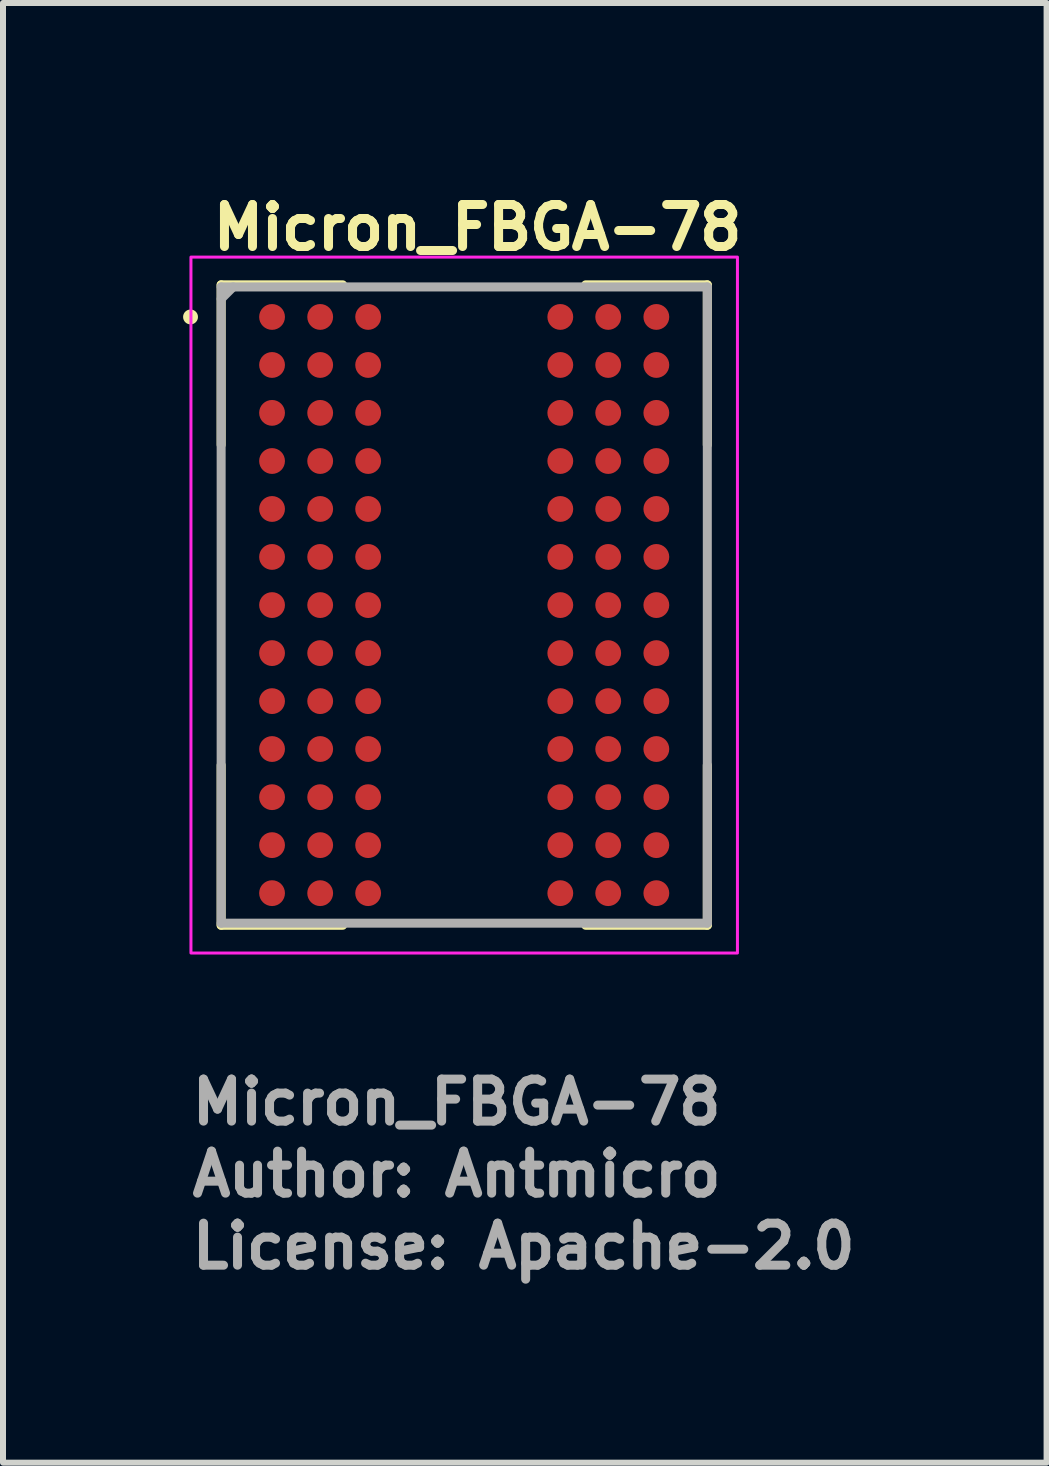
<source format=kicad_pcb>
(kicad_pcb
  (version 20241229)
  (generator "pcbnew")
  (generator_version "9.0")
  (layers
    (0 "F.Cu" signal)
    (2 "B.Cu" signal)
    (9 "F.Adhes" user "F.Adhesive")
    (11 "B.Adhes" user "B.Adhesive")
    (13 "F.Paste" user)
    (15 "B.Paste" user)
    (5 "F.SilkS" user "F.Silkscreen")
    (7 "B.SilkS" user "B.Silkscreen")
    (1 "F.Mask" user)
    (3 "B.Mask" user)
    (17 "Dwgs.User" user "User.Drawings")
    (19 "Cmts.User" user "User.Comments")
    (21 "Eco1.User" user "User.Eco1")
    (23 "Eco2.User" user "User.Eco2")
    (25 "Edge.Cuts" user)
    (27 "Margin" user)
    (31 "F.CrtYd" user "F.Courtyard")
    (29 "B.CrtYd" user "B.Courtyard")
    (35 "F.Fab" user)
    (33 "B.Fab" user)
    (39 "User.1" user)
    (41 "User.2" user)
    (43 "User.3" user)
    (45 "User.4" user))
  (footprint "Micron_FBGA-78"
    (layer "F.Cu")
    (at 4.684 7.03)
    (property "Reference" "Micron_FBGA-78" (at -4.26 -5.88 0) (layer "F.SilkS") (effects (font (size 0.7 0.7) (thickness 0.15)) (justify left bottom)))
    (attr smd)
    (fp_line (start -4.05 -5.335) (end -4.05 -2.669) (stroke (width 0.15) (type solid)) (layer "F.SilkS"))
    (fp_line (start -4.05 -5.335) (end -2.025 -5.335) (stroke (width 0.15) (type solid)) (layer "F.SilkS"))
    (fp_line (start -4.05 5.334) (end -4.05 2.667) (stroke (width 0.15) (type solid)) (layer "F.SilkS"))
    (fp_line (start -4.05 5.334) (end -2.025 5.334) (stroke (width 0.15) (type solid)) (layer "F.SilkS"))
    (fp_line (start 4.049 -5.335) (end 2.023 -5.335) (stroke (width 0.15) (type solid)) (layer "F.SilkS"))
    (fp_line (start 4.049 -5.335) (end 4.049 -2.669) (stroke (width 0.15) (type solid)) (layer "F.SilkS"))
    (fp_line (start 4.049 5.334) (end 2.023 5.334) (stroke (width 0.15) (type solid)) (layer "F.SilkS"))
    (fp_line (start 4.049 5.334) (end 4.049 2.667) (stroke (width 0.15) (type solid)) (layer "F.SilkS"))
    (fp_circle (center -4.56 -4.8) (end -4.511 -4.8) (stroke (width 0.15) (type solid)) (fill yes) (layer "F.SilkS"))
    (fp_rect (start -4.553 -5.797) (end 4.551 5.796) (stroke (width 0.05) (type solid)) (fill no) (layer "F.CrtYd"))
    (fp_line (start -4.05 -5.1) (end -3.85 -5.3) (stroke (width 0.15) (type solid)) (layer "F.Fab"))
    (fp_line (start -4.05 5.299) (end -4.05 -5.3) (stroke (width 0.15) (type solid)) (layer "F.Fab"))
    (fp_line (start 4.049 -5.3) (end -4.05 -5.3) (stroke (width 0.15) (type solid)) (layer "F.Fab"))
    (fp_line (start 4.049 5.299) (end -4.05 5.299) (stroke (width 0.15) (type solid)) (layer "F.Fab"))
    (fp_line (start 4.049 5.299) (end 4.049 -5.3) (stroke (width 0.15) (type solid)) (layer "F.Fab"))
    (fp_rect (start -4.053 -5.297) (end 4.051 5.296) (stroke (width 0.1) (type solid)) (fill no) (layer "User.5"))
    (fp_line (start -4.053 -5.297) (end -4.053 5.296) (stroke (width 0.02) (type solid)) (layer "User.9"))
    (fp_line (start -4.053 5.296) (end 4.051 5.296) (stroke (width 0.02) (type solid)) (layer "User.9"))
    (fp_line (start -3.444 -4.497) (end -3.444 -4.486) (stroke (width 0.02) (type solid)) (layer "User.9"))
    (fp_line (start -3.444 -4.486) (end -3.444 -4.486) (stroke (width 0.02) (type solid)) (layer "User.9"))
    (fp_line (start -3.444 -4.486) (end -3.444 -4.476) (stroke (width 0.02) (type solid)) (layer "User.9"))
    (fp_line (start -3.444 -4.476) (end -3.443 -4.467) (stroke (width 0.02) (type solid)) (layer "User.9"))
    (fp_line (start -3.443 -4.518) (end -3.443 -4.507) (stroke (width 0.02) (type solid)) (layer "User.9"))
    (fp_line (start -3.443 -4.507) (end -3.444 -4.497) (stroke (width 0.02) (type solid)) (layer "User.9"))
    (fp_line (start -3.443 -4.467) (end -3.443 -4.457) (stroke (width 0.02) (type solid)) (layer "User.9"))
    (fp_line (start -3.443 -4.457) (end -3.44 -4.446) (stroke (width 0.02) (type solid)) (layer "User.9"))
    (fp_line (start -3.44 -4.528) (end -3.443 -4.518) (stroke (width 0.02) (type solid)) (layer "User.9"))
    (fp_line (start -3.44 -4.446) (end -3.439 -4.436) (stroke (width 0.02) (type solid)) (layer "User.9"))
    (fp_line (start -3.439 -4.537) (end -3.44 -4.528) (stroke (width 0.02) (type solid)) (layer "User.9"))
    (fp_line (start -3.439 -4.436) (end -3.435 -4.427) (stroke (width 0.02) (type solid)) (layer "User.9"))
    (fp_line (start -3.435 -4.547) (end -3.439 -4.537) (stroke (width 0.02) (type solid)) (layer "User.9"))
    (fp_line (start -3.435 -4.427) (end -3.432 -4.417) (stroke (width 0.02) (type solid)) (layer "User.9"))
    (fp_line (start -3.432 -4.556) (end -3.435 -4.547) (stroke (width 0.02) (type solid)) (layer "User.9"))
    (fp_line (start -3.432 -4.417) (end -3.428 -4.409) (stroke (width 0.02) (type solid)) (layer "User.9"))
    (fp_line (start -3.428 -4.566) (end -3.432 -4.556) (stroke (width 0.02) (type solid)) (layer "User.9"))
    (fp_line (start -3.428 -4.409) (end -3.424 -4.399) (stroke (width 0.02) (type solid)) (layer "User.9"))
    (fp_line (start -3.424 -4.574) (end -3.428 -4.566) (stroke (width 0.02) (type solid)) (layer "User.9"))
    (fp_line (start -3.424 -4.399) (end -3.42 -4.39) (stroke (width 0.02) (type solid)) (layer "User.9"))
    (fp_line (start -3.42 -4.584) (end -3.424 -4.574) (stroke (width 0.02) (type solid)) (layer "User.9"))
    (fp_line (start -3.42 -4.39) (end -3.415 -4.382) (stroke (width 0.02) (type solid)) (layer "User.9"))
    (fp_line (start -3.415 -4.593) (end -3.42 -4.584) (stroke (width 0.02) (type solid)) (layer "User.9"))
    (fp_line (start -3.415 -4.382) (end -3.41 -4.374) (stroke (width 0.02) (type solid)) (layer "User.9"))
    (fp_line (start -3.41 -4.601) (end -3.415 -4.593) (stroke (width 0.02) (type solid)) (layer "User.9"))
    (fp_line (start -3.41 -4.374) (end -3.404 -4.366) (stroke (width 0.02) (type solid)) (layer "User.9"))
    (fp_line (start -3.404 -4.609) (end -3.41 -4.601) (stroke (width 0.02) (type solid)) (layer "User.9"))
    (fp_line (start -3.404 -4.366) (end -3.399 -4.358) (stroke (width 0.02) (type solid)) (layer "User.9"))
    (fp_line (start -3.399 -4.616) (end -3.404 -4.609) (stroke (width 0.02) (type solid)) (layer "User.9"))
    (fp_line (start -3.399 -4.358) (end -3.391 -4.351) (stroke (width 0.02) (type solid)) (layer "User.9"))
    (fp_line (start -3.391 -4.624) (end -3.399 -4.616) (stroke (width 0.02) (type solid)) (layer "User.9"))
    (fp_line (start -3.391 -4.351) (end -3.386 -4.343) (stroke (width 0.02) (type solid)) (layer "User.9"))
    (fp_line (start -3.386 -4.63) (end -3.391 -4.624) (stroke (width 0.02) (type solid)) (layer "User.9"))
    (fp_line (start -3.386 -4.343) (end -3.379 -4.337) (stroke (width 0.02) (type solid)) (layer "User.9"))
    (fp_line (start -3.379 -4.637) (end -3.386 -4.63) (stroke (width 0.02) (type solid)) (layer "User.9"))
    (fp_line (start -3.379 -4.337) (end -3.371 -4.33) (stroke (width 0.02) (type solid)) (layer "User.9"))
    (fp_line (start -3.371 -4.643) (end -3.379 -4.637) (stroke (width 0.02) (type solid)) (layer "User.9"))
    (fp_line (start -3.371 -4.33) (end -3.363 -4.324) (stroke (width 0.02) (type solid)) (layer "User.9"))
    (fp_line (start -3.363 -4.649) (end -3.371 -4.643) (stroke (width 0.02) (type solid)) (layer "User.9"))
    (fp_line (start -3.363 -4.324) (end -3.355 -4.319) (stroke (width 0.02) (type solid)) (layer "User.9"))
    (fp_line (start -3.355 -4.654) (end -3.363 -4.649) (stroke (width 0.02) (type solid)) (layer "User.9"))
    (fp_line (start -3.355 -4.319) (end -3.347 -4.313) (stroke (width 0.02) (type solid)) (layer "User.9"))
    (fp_line (start -3.347 -4.661) (end -3.355 -4.654) (stroke (width 0.02) (type solid)) (layer "User.9"))
    (fp_line (start -3.347 -4.313) (end -3.339 -4.308) (stroke (width 0.02) (type solid)) (layer "User.9"))
    (fp_line (start -3.339 -4.665) (end -3.347 -4.661) (stroke (width 0.02) (type solid)) (layer "User.9"))
    (fp_line (start -3.339 -4.308) (end -3.33 -4.305) (stroke (width 0.02) (type solid)) (layer "User.9"))
    (fp_line (start -3.33 -4.67) (end -3.339 -4.665) (stroke (width 0.02) (type solid)) (layer "User.9"))
    (fp_line (start -3.33 -4.305) (end -3.321 -4.3) (stroke (width 0.02) (type solid)) (layer "User.9"))
    (fp_line (start -3.321 -4.673) (end -3.33 -4.67) (stroke (width 0.02) (type solid)) (layer "User.9"))
    (fp_line (start -3.321 -4.3) (end -3.311 -4.297) (stroke (width 0.02) (type solid)) (layer "User.9"))
    (fp_line (start -3.311 -4.678) (end -3.321 -4.673) (stroke (width 0.02) (type solid)) (layer "User.9"))
    (fp_line (start -3.311 -4.297) (end -3.302 -4.294) (stroke (width 0.02) (type solid)) (layer "User.9"))
    (fp_line (start -3.302 -4.68) (end -3.311 -4.678) (stroke (width 0.02) (type solid)) (layer "User.9"))
    (fp_line (start -3.302 -4.294) (end -3.293 -4.29) (stroke (width 0.02) (type solid)) (layer "User.9"))
    (fp_line (start -3.293 -4.683) (end -3.302 -4.68) (stroke (width 0.02) (type solid)) (layer "User.9"))
    (fp_line (start -3.293 -4.29) (end -3.282 -4.289) (stroke (width 0.02) (type solid)) (layer "User.9"))
    (fp_line (start -3.282 -4.686) (end -3.293 -4.683) (stroke (width 0.02) (type solid)) (layer "User.9"))
    (fp_line (start -3.282 -4.289) (end -3.273 -4.287) (stroke (width 0.02) (type solid)) (layer "User.9"))
    (fp_line (start -3.273 -4.688) (end -3.282 -4.686) (stroke (width 0.02) (type solid)) (layer "User.9"))
    (fp_line (start -3.273 -4.287) (end -3.262 -4.286) (stroke (width 0.02) (type solid)) (layer "User.9"))
    (fp_line (start -3.262 -4.688) (end -3.273 -4.688) (stroke (width 0.02) (type solid)) (layer "User.9"))
    (fp_line (start -3.262 -4.286) (end -3.253 -4.284) (stroke (width 0.02) (type solid)) (layer "User.9"))
    (fp_line (start -3.253 -4.689) (end -3.262 -4.688) (stroke (width 0.02) (type solid)) (layer "User.9"))
    (fp_line (start -3.253 -4.284) (end -3.242 -4.284) (stroke (width 0.02) (type solid)) (layer "User.9"))
    (fp_line (start -3.242 -4.689) (end -3.253 -4.689) (stroke (width 0.02) (type solid)) (layer "User.9"))
    (fp_line (start -3.242 -4.689) (end -3.242 -4.689) (stroke (width 0.02) (type solid)) (layer "User.9"))
    (fp_line (start -3.242 -4.284) (end -3.242 -4.284) (stroke (width 0.02) (type solid)) (layer "User.9"))
    (fp_line (start -3.242 -4.284) (end -3.231 -4.284) (stroke (width 0.02) (type solid)) (layer "User.9"))
    (fp_line (start -3.231 -4.689) (end -3.242 -4.689) (stroke (width 0.02) (type solid)) (layer "User.9"))
    (fp_line (start -3.231 -4.284) (end -3.222 -4.286) (stroke (width 0.02) (type solid)) (layer "User.9"))
    (fp_line (start -3.222 -4.688) (end -3.231 -4.689) (stroke (width 0.02) (type solid)) (layer "User.9"))
    (fp_line (start -3.222 -4.286) (end -3.211 -4.287) (stroke (width 0.02) (type solid)) (layer "User.9"))
    (fp_line (start -3.211 -4.688) (end -3.222 -4.688) (stroke (width 0.02) (type solid)) (layer "User.9"))
    (fp_line (start -3.211 -4.287) (end -3.202 -4.289) (stroke (width 0.02) (type solid)) (layer "User.9"))
    (fp_line (start -3.202 -4.686) (end -3.211 -4.688) (stroke (width 0.02) (type solid)) (layer "User.9"))
    (fp_line (start -3.202 -4.289) (end -3.192 -4.29) (stroke (width 0.02) (type solid)) (layer "User.9"))
    (fp_line (start -3.192 -4.683) (end -3.202 -4.686) (stroke (width 0.02) (type solid)) (layer "User.9"))
    (fp_line (start -3.192 -4.29) (end -3.181 -4.294) (stroke (width 0.02) (type solid)) (layer "User.9"))
    (fp_line (start -3.181 -4.68) (end -3.192 -4.683) (stroke (width 0.02) (type solid)) (layer "User.9"))
    (fp_line (start -3.181 -4.294) (end -3.173 -4.297) (stroke (width 0.02) (type solid)) (layer "User.9"))
    (fp_line (start -3.173 -4.678) (end -3.181 -4.68) (stroke (width 0.02) (type solid)) (layer "User.9"))
    (fp_line (start -3.173 -4.297) (end -3.164 -4.3) (stroke (width 0.02) (type solid)) (layer "User.9"))
    (fp_line (start -3.164 -4.673) (end -3.173 -4.678) (stroke (width 0.02) (type solid)) (layer "User.9"))
    (fp_line (start -3.164 -4.3) (end -3.154 -4.305) (stroke (width 0.02) (type solid)) (layer "User.9"))
    (fp_line (start -3.154 -4.67) (end -3.164 -4.673) (stroke (width 0.02) (type solid)) (layer "User.9"))
    (fp_line (start -3.154 -4.305) (end -3.145 -4.308) (stroke (width 0.02) (type solid)) (layer "User.9"))
    (fp_line (start -3.145 -4.665) (end -3.154 -4.67) (stroke (width 0.02) (type solid)) (layer "User.9"))
    (fp_line (start -3.145 -4.308) (end -3.137 -4.313) (stroke (width 0.02) (type solid)) (layer "User.9"))
    (fp_line (start -3.137 -4.661) (end -3.145 -4.665) (stroke (width 0.02) (type solid)) (layer "User.9"))
    (fp_line (start -3.137 -4.313) (end -3.129 -4.319) (stroke (width 0.02) (type solid)) (layer "User.9"))
    (fp_line (start -3.129 -4.654) (end -3.137 -4.661) (stroke (width 0.02) (type solid)) (layer "User.9"))
    (fp_line (start -3.129 -4.319) (end -3.121 -4.324) (stroke (width 0.02) (type solid)) (layer "User.9"))
    (fp_line (start -3.121 -4.649) (end -3.129 -4.654) (stroke (width 0.02) (type solid)) (layer "User.9"))
    (fp_line (start -3.121 -4.324) (end -3.113 -4.33) (stroke (width 0.02) (type solid)) (layer "User.9"))
    (fp_line (start -3.113 -4.643) (end -3.121 -4.649) (stroke (width 0.02) (type solid)) (layer "User.9"))
    (fp_line (start -3.113 -4.33) (end -3.105 -4.337) (stroke (width 0.02) (type solid)) (layer "User.9"))
    (fp_line (start -3.105 -4.637) (end -3.113 -4.643) (stroke (width 0.02) (type solid)) (layer "User.9"))
    (fp_line (start -3.105 -4.337) (end -3.098 -4.343) (stroke (width 0.02) (type solid)) (layer "User.9"))
    (fp_line (start -3.098 -4.63) (end -3.105 -4.637) (stroke (width 0.02) (type solid)) (layer "User.9"))
    (fp_line (start -3.098 -4.343) (end -3.093 -4.351) (stroke (width 0.02) (type solid)) (layer "User.9"))
    (fp_line (start -3.093 -4.624) (end -3.098 -4.63) (stroke (width 0.02) (type solid)) (layer "User.9"))
    (fp_line (start -3.093 -4.351) (end -3.085 -4.358) (stroke (width 0.02) (type solid)) (layer "User.9"))
    (fp_line (start -3.085 -4.616) (end -3.093 -4.624) (stroke (width 0.02) (type solid)) (layer "User.9"))
    (fp_line (start -3.085 -4.358) (end -3.08 -4.366) (stroke (width 0.02) (type solid)) (layer "User.9"))
    (fp_line (start -3.08 -4.609) (end -3.085 -4.616) (stroke (width 0.02) (type solid)) (layer "User.9"))
    (fp_line (start -3.08 -4.366) (end -3.074 -4.374) (stroke (width 0.02) (type solid)) (layer "User.9"))
    (fp_line (start -3.074 -4.601) (end -3.08 -4.609) (stroke (width 0.02) (type solid)) (layer "User.9"))
    (fp_line (start -3.074 -4.374) (end -3.068 -4.382) (stroke (width 0.02) (type solid)) (layer "User.9"))
    (fp_line (start -3.068 -4.593) (end -3.074 -4.601) (stroke (width 0.02) (type solid)) (layer "User.9"))
    (fp_line (start -3.068 -4.382) (end -3.064 -4.39) (stroke (width 0.02) (type solid)) (layer "User.9"))
    (fp_line (start -3.064 -4.584) (end -3.068 -4.593) (stroke (width 0.02) (type solid)) (layer "User.9"))
    (fp_line (start -3.064 -4.39) (end -3.06 -4.399) (stroke (width 0.02) (type solid)) (layer "User.9"))
    (fp_line (start -3.06 -4.574) (end -3.064 -4.584) (stroke (width 0.02) (type solid)) (layer "User.9"))
    (fp_line (start -3.06 -4.399) (end -3.056 -4.409) (stroke (width 0.02) (type solid)) (layer "User.9"))
    (fp_line (start -3.056 -4.566) (end -3.06 -4.574) (stroke (width 0.02) (type solid)) (layer "User.9"))
    (fp_line (start -3.056 -4.409) (end -3.052 -4.417) (stroke (width 0.02) (type solid)) (layer "User.9"))
    (fp_line (start -3.052 -4.556) (end -3.056 -4.566) (stroke (width 0.02) (type solid)) (layer "User.9"))
    (fp_line (start -3.052 -4.417) (end -3.048 -4.427) (stroke (width 0.02) (type solid)) (layer "User.9"))
    (fp_line (start -3.048 -4.547) (end -3.052 -4.556) (stroke (width 0.02) (type solid)) (layer "User.9"))
    (fp_line (start -3.048 -4.427) (end -3.045 -4.436) (stroke (width 0.02) (type solid)) (layer "User.9"))
    (fp_line (start -3.045 -4.537) (end -3.048 -4.547) (stroke (width 0.02) (type solid)) (layer "User.9"))
    (fp_line (start -3.045 -4.436) (end -3.044 -4.446) (stroke (width 0.02) (type solid)) (layer "User.9"))
    (fp_line (start -3.044 -4.528) (end -3.045 -4.537) (stroke (width 0.02) (type solid)) (layer "User.9"))
    (fp_line (start -3.044 -4.446) (end -3.041 -4.457) (stroke (width 0.02) (type solid)) (layer "User.9"))
    (fp_line (start -3.041 -4.518) (end -3.044 -4.528) (stroke (width 0.02) (type solid)) (layer "User.9"))
    (fp_line (start -3.041 -4.457) (end -3.04 -4.467) (stroke (width 0.02) (type solid)) (layer "User.9"))
    (fp_line (start -3.04 -4.507) (end -3.041 -4.518) (stroke (width 0.02) (type solid)) (layer "User.9"))
    (fp_line (start -3.04 -4.497) (end -3.04 -4.507) (stroke (width 0.02) (type solid)) (layer "User.9"))
    (fp_line (start -3.04 -4.486) (end -3.04 -4.497) (stroke (width 0.02) (type solid)) (layer "User.9"))
    (fp_line (start -3.04 -4.486) (end -3.04 -4.486) (stroke (width 0.02) (type solid)) (layer "User.9"))
    (fp_line (start -3.04 -4.486) (end -3.04 -4.486) (stroke (width 0.02) (type solid)) (layer "User.9"))
    (fp_line (start -3.04 -4.476) (end -3.04 -4.486) (stroke (width 0.02) (type solid)) (layer "User.9"))
    (fp_line (start -3.04 -4.467) (end -3.04 -4.476) (stroke (width 0.02) (type solid)) (layer "User.9"))
    (fp_line (start 4.051 -5.297) (end -4.053 -5.297) (stroke (width 0.02) (type solid)) (layer "User.9"))
    (fp_line (start 4.051 5.296) (end 4.051 -5.297) (stroke (width 0.02) (type solid)) (layer "User.9"))
    (fp_text user "Author: Antmicro" (at -4.609 9.89 0) (layer "F.Fab") (effects (font (size 0.7 0.7) (thickness 0.15)) (justify left bottom)))
    (fp_text user "License: Apache-2.0" (at -4.609 11.09 0) (layer "F.Fab") (effects (font (size 0.7 0.7) (thickness 0.15)) (justify left bottom)))
    (fp_text user "${REFERENCE}" (at -4.609 8.69 0) (layer "F.Fab") (effects (font (size 0.7 0.7) (thickness 0.15)) (justify left bottom)))
    (pad "A1" smd circle (at -3.202 -4.8) (size 0.43 0.43) (layers "F.Cu" "F.Mask" "F.Paste"))
    (pad "A2" smd circle (at -2.4 -4.8) (size 0.43 0.43) (layers "F.Cu" "F.Mask" "F.Paste"))
    (pad "A3" smd circle (at -1.601 -4.8) (size 0.43 0.43) (layers "F.Cu" "F.Mask" "F.Paste"))
    (pad "A7" smd circle (at 1.6 -4.8) (size 0.43 0.43) (layers "F.Cu" "F.Mask" "F.Paste"))
    (pad "A8" smd circle (at 2.398 -4.8) (size 0.43 0.43) (layers "F.Cu" "F.Mask" "F.Paste"))
    (pad "A9" smd circle (at 3.2 -4.8) (size 0.43 0.43) (layers "F.Cu" "F.Mask" "F.Paste"))
    (pad "B1" smd circle (at -3.202 -4) (size 0.43 0.43) (layers "F.Cu" "F.Mask" "F.Paste"))
    (pad "B2" smd circle (at -2.4 -4) (size 0.43 0.43) (layers "F.Cu" "F.Mask" "F.Paste"))
    (pad "B3" smd circle (at -1.601 -4) (size 0.43 0.43) (layers "F.Cu" "F.Mask" "F.Paste"))
    (pad "B7" smd circle (at 1.6 -4) (size 0.43 0.43) (layers "F.Cu" "F.Mask" "F.Paste"))
    (pad "B8" smd circle (at 2.398 -4) (size 0.43 0.43) (layers "F.Cu" "F.Mask" "F.Paste"))
    (pad "B9" smd circle (at 3.2 -4) (size 0.43 0.43) (layers "F.Cu" "F.Mask" "F.Paste"))
    (pad "C1" smd circle (at -3.202 -3.202) (size 0.43 0.43) (layers "F.Cu" "F.Mask" "F.Paste"))
    (pad "C2" smd circle (at -2.4 -3.202) (size 0.43 0.43) (layers "F.Cu" "F.Mask" "F.Paste"))
    (pad "C3" smd circle (at -1.601 -3.202) (size 0.43 0.43) (layers "F.Cu" "F.Mask" "F.Paste"))
    (pad "C7" smd circle (at 1.6 -3.202) (size 0.43 0.43) (layers "F.Cu" "F.Mask" "F.Paste"))
    (pad "C8" smd circle (at 2.398 -3.202) (size 0.43 0.43) (layers "F.Cu" "F.Mask" "F.Paste"))
    (pad "C9" smd circle (at 3.2 -3.202) (size 0.43 0.43) (layers "F.Cu" "F.Mask" "F.Paste"))
    (pad "D1" smd circle (at -3.202 -2.4) (size 0.43 0.43) (layers "F.Cu" "F.Mask" "F.Paste"))
    (pad "D2" smd circle (at -2.4 -2.4) (size 0.43 0.43) (layers "F.Cu" "F.Mask" "F.Paste"))
    (pad "D3" smd circle (at -1.601 -2.4) (size 0.43 0.43) (layers "F.Cu" "F.Mask" "F.Paste"))
    (pad "D7" smd circle (at 1.6 -2.4) (size 0.43 0.43) (layers "F.Cu" "F.Mask" "F.Paste"))
    (pad "D8" smd circle (at 2.398 -2.4) (size 0.43 0.43) (layers "F.Cu" "F.Mask" "F.Paste"))
    (pad "D9" smd circle (at 3.2 -2.4) (size 0.43 0.43) (layers "F.Cu" "F.Mask" "F.Paste"))
    (pad "E1" smd circle (at -3.202 -1.601) (size 0.43 0.43) (layers "F.Cu" "F.Mask" "F.Paste"))
    (pad "E2" smd circle (at -2.4 -1.601) (size 0.43 0.43) (layers "F.Cu" "F.Mask" "F.Paste"))
    (pad "E3" smd circle (at -1.601 -1.601) (size 0.43 0.43) (layers "F.Cu" "F.Mask" "F.Paste"))
    (pad "E7" smd circle (at 1.6 -1.601) (size 0.43 0.43) (layers "F.Cu" "F.Mask" "F.Paste"))
    (pad "E8" smd circle (at 2.398 -1.601) (size 0.43 0.43) (layers "F.Cu" "F.Mask" "F.Paste"))
    (pad "E9" smd circle (at 3.2 -1.601) (size 0.43 0.43) (layers "F.Cu" "F.Mask" "F.Paste"))
    (pad "F1" smd circle (at -3.202 -0.802) (size 0.43 0.43) (layers "F.Cu" "F.Mask" "F.Paste"))
    (pad "F2" smd circle (at -2.4 -0.802) (size 0.43 0.43) (layers "F.Cu" "F.Mask" "F.Paste"))
    (pad "F3" smd circle (at -1.601 -0.802) (size 0.43 0.43) (layers "F.Cu" "F.Mask" "F.Paste"))
    (pad "F7" smd circle (at 1.6 -0.802) (size 0.43 0.43) (layers "F.Cu" "F.Mask" "F.Paste"))
    (pad "F8" smd circle (at 2.398 -0.802) (size 0.43 0.43) (layers "F.Cu" "F.Mask" "F.Paste"))
    (pad "F9" smd circle (at 3.2 -0.802) (size 0.43 0.43) (layers "F.Cu" "F.Mask" "F.Paste"))
    (pad "G1" smd circle (at -3.202 0) (size 0.43 0.43) (layers "F.Cu" "F.Mask" "F.Paste"))
    (pad "G2" smd circle (at -2.4 0) (size 0.43 0.43) (layers "F.Cu" "F.Mask" "F.Paste"))
    (pad "G3" smd circle (at -1.601 0) (size 0.43 0.43) (layers "F.Cu" "F.Mask" "F.Paste"))
    (pad "G7" smd circle (at 1.6 0) (size 0.43 0.43) (layers "F.Cu" "F.Mask" "F.Paste"))
    (pad "G8" smd circle (at 2.398 0) (size 0.43 0.43) (layers "F.Cu" "F.Mask" "F.Paste"))
    (pad "G9" smd circle (at 3.2 0) (size 0.43 0.43) (layers "F.Cu" "F.Mask" "F.Paste"))
    (pad "H1" smd circle (at -3.202 0.8) (size 0.43 0.43) (layers "F.Cu" "F.Mask" "F.Paste"))
    (pad "H2" smd circle (at -2.4 0.8) (size 0.43 0.43) (layers "F.Cu" "F.Mask" "F.Paste"))
    (pad "H3" smd circle (at -1.601 0.8) (size 0.43 0.43) (layers "F.Cu" "F.Mask" "F.Paste"))
    (pad "H7" smd circle (at 1.6 0.8) (size 0.43 0.43) (layers "F.Cu" "F.Mask" "F.Paste"))
    (pad "H8" smd circle (at 2.398 0.8) (size 0.43 0.43) (layers "F.Cu" "F.Mask" "F.Paste"))
    (pad "H9" smd circle (at 3.2 0.8) (size 0.43 0.43) (layers "F.Cu" "F.Mask" "F.Paste"))
    (pad "J1" smd circle (at -3.202 1.6) (size 0.43 0.43) (layers "F.Cu" "F.Mask" "F.Paste"))
    (pad "J2" smd circle (at -2.4 1.6) (size 0.43 0.43) (layers "F.Cu" "F.Mask" "F.Paste"))
    (pad "J3" smd circle (at -1.601 1.6) (size 0.43 0.43) (layers "F.Cu" "F.Mask" "F.Paste"))
    (pad "J7" smd circle (at 1.6 1.6) (size 0.43 0.43) (layers "F.Cu" "F.Mask" "F.Paste"))
    (pad "J8" smd circle (at 2.398 1.6) (size 0.43 0.43) (layers "F.Cu" "F.Mask" "F.Paste"))
    (pad "J9" smd circle (at 3.2 1.6) (size 0.43 0.43) (layers "F.Cu" "F.Mask" "F.Paste"))
    (pad "K1" smd circle (at -3.202 2.398) (size 0.43 0.43) (layers "F.Cu" "F.Mask" "F.Paste"))
    (pad "K2" smd circle (at -2.4 2.398) (size 0.43 0.43) (layers "F.Cu" "F.Mask" "F.Paste"))
    (pad "K3" smd circle (at -1.601 2.398) (size 0.43 0.43) (layers "F.Cu" "F.Mask" "F.Paste"))
    (pad "K7" smd circle (at 1.6 2.398) (size 0.43 0.43) (layers "F.Cu" "F.Mask" "F.Paste"))
    (pad "K8" smd circle (at 2.398 2.398) (size 0.43 0.43) (layers "F.Cu" "F.Mask" "F.Paste"))
    (pad "K9" smd circle (at 3.2 2.398) (size 0.43 0.43) (layers "F.Cu" "F.Mask" "F.Paste"))
    (pad "L1" smd circle (at -3.202 3.2) (size 0.43 0.43) (layers "F.Cu" "F.Mask" "F.Paste"))
    (pad "L2" smd circle (at -2.4 3.2) (size 0.43 0.43) (layers "F.Cu" "F.Mask" "F.Paste"))
    (pad "L3" smd circle (at -1.601 3.2) (size 0.43 0.43) (layers "F.Cu" "F.Mask" "F.Paste"))
    (pad "L7" smd circle (at 1.6 3.2) (size 0.43 0.43) (layers "F.Cu" "F.Mask" "F.Paste"))
    (pad "L8" smd circle (at 2.398 3.2) (size 0.43 0.43) (layers "F.Cu" "F.Mask" "F.Paste"))
    (pad "L9" smd circle (at 3.2 3.2) (size 0.43 0.43) (layers "F.Cu" "F.Mask" "F.Paste"))
    (pad "M1" smd circle (at -3.202 3.999) (size 0.43 0.43) (layers "F.Cu" "F.Mask" "F.Paste"))
    (pad "M2" smd circle (at -2.4 3.999) (size 0.43 0.43) (layers "F.Cu" "F.Mask" "F.Paste"))
    (pad "M3" smd circle (at -1.601 3.999) (size 0.43 0.43) (layers "F.Cu" "F.Mask" "F.Paste"))
    (pad "M7" smd circle (at 1.6 3.999) (size 0.43 0.43) (layers "F.Cu" "F.Mask" "F.Paste"))
    (pad "M8" smd circle (at 2.398 3.999) (size 0.43 0.43) (layers "F.Cu" "F.Mask" "F.Paste"))
    (pad "M9" smd circle (at 3.2 3.999) (size 0.43 0.43) (layers "F.Cu" "F.Mask" "F.Paste"))
    (pad "N1" smd circle (at -3.202 4.799) (size 0.43 0.43) (layers "F.Cu" "F.Mask" "F.Paste"))
    (pad "N2" smd circle (at -2.4 4.799) (size 0.43 0.43) (layers "F.Cu" "F.Mask" "F.Paste"))
    (pad "N3" smd circle (at -1.601 4.799) (size 0.43 0.43) (layers "F.Cu" "F.Mask" "F.Paste"))
    (pad "N7" smd circle (at 1.6 4.799) (size 0.43 0.43) (layers "F.Cu" "F.Mask" "F.Paste"))
    (pad "N8" smd circle (at 2.398 4.799) (size 0.43 0.43) (layers "F.Cu" "F.Mask" "F.Paste"))
    (pad "N9" smd circle (at 3.2 4.799) (size 0.43 0.43) (layers "F.Cu" "F.Mask" "F.Paste")))
  (gr_rect
    (start -3 -3)
    (end 14.385 21.316)
    (stroke (width 0.1) (type default))
    (fill no)
    (layer "Edge.Cuts")))
</source>
